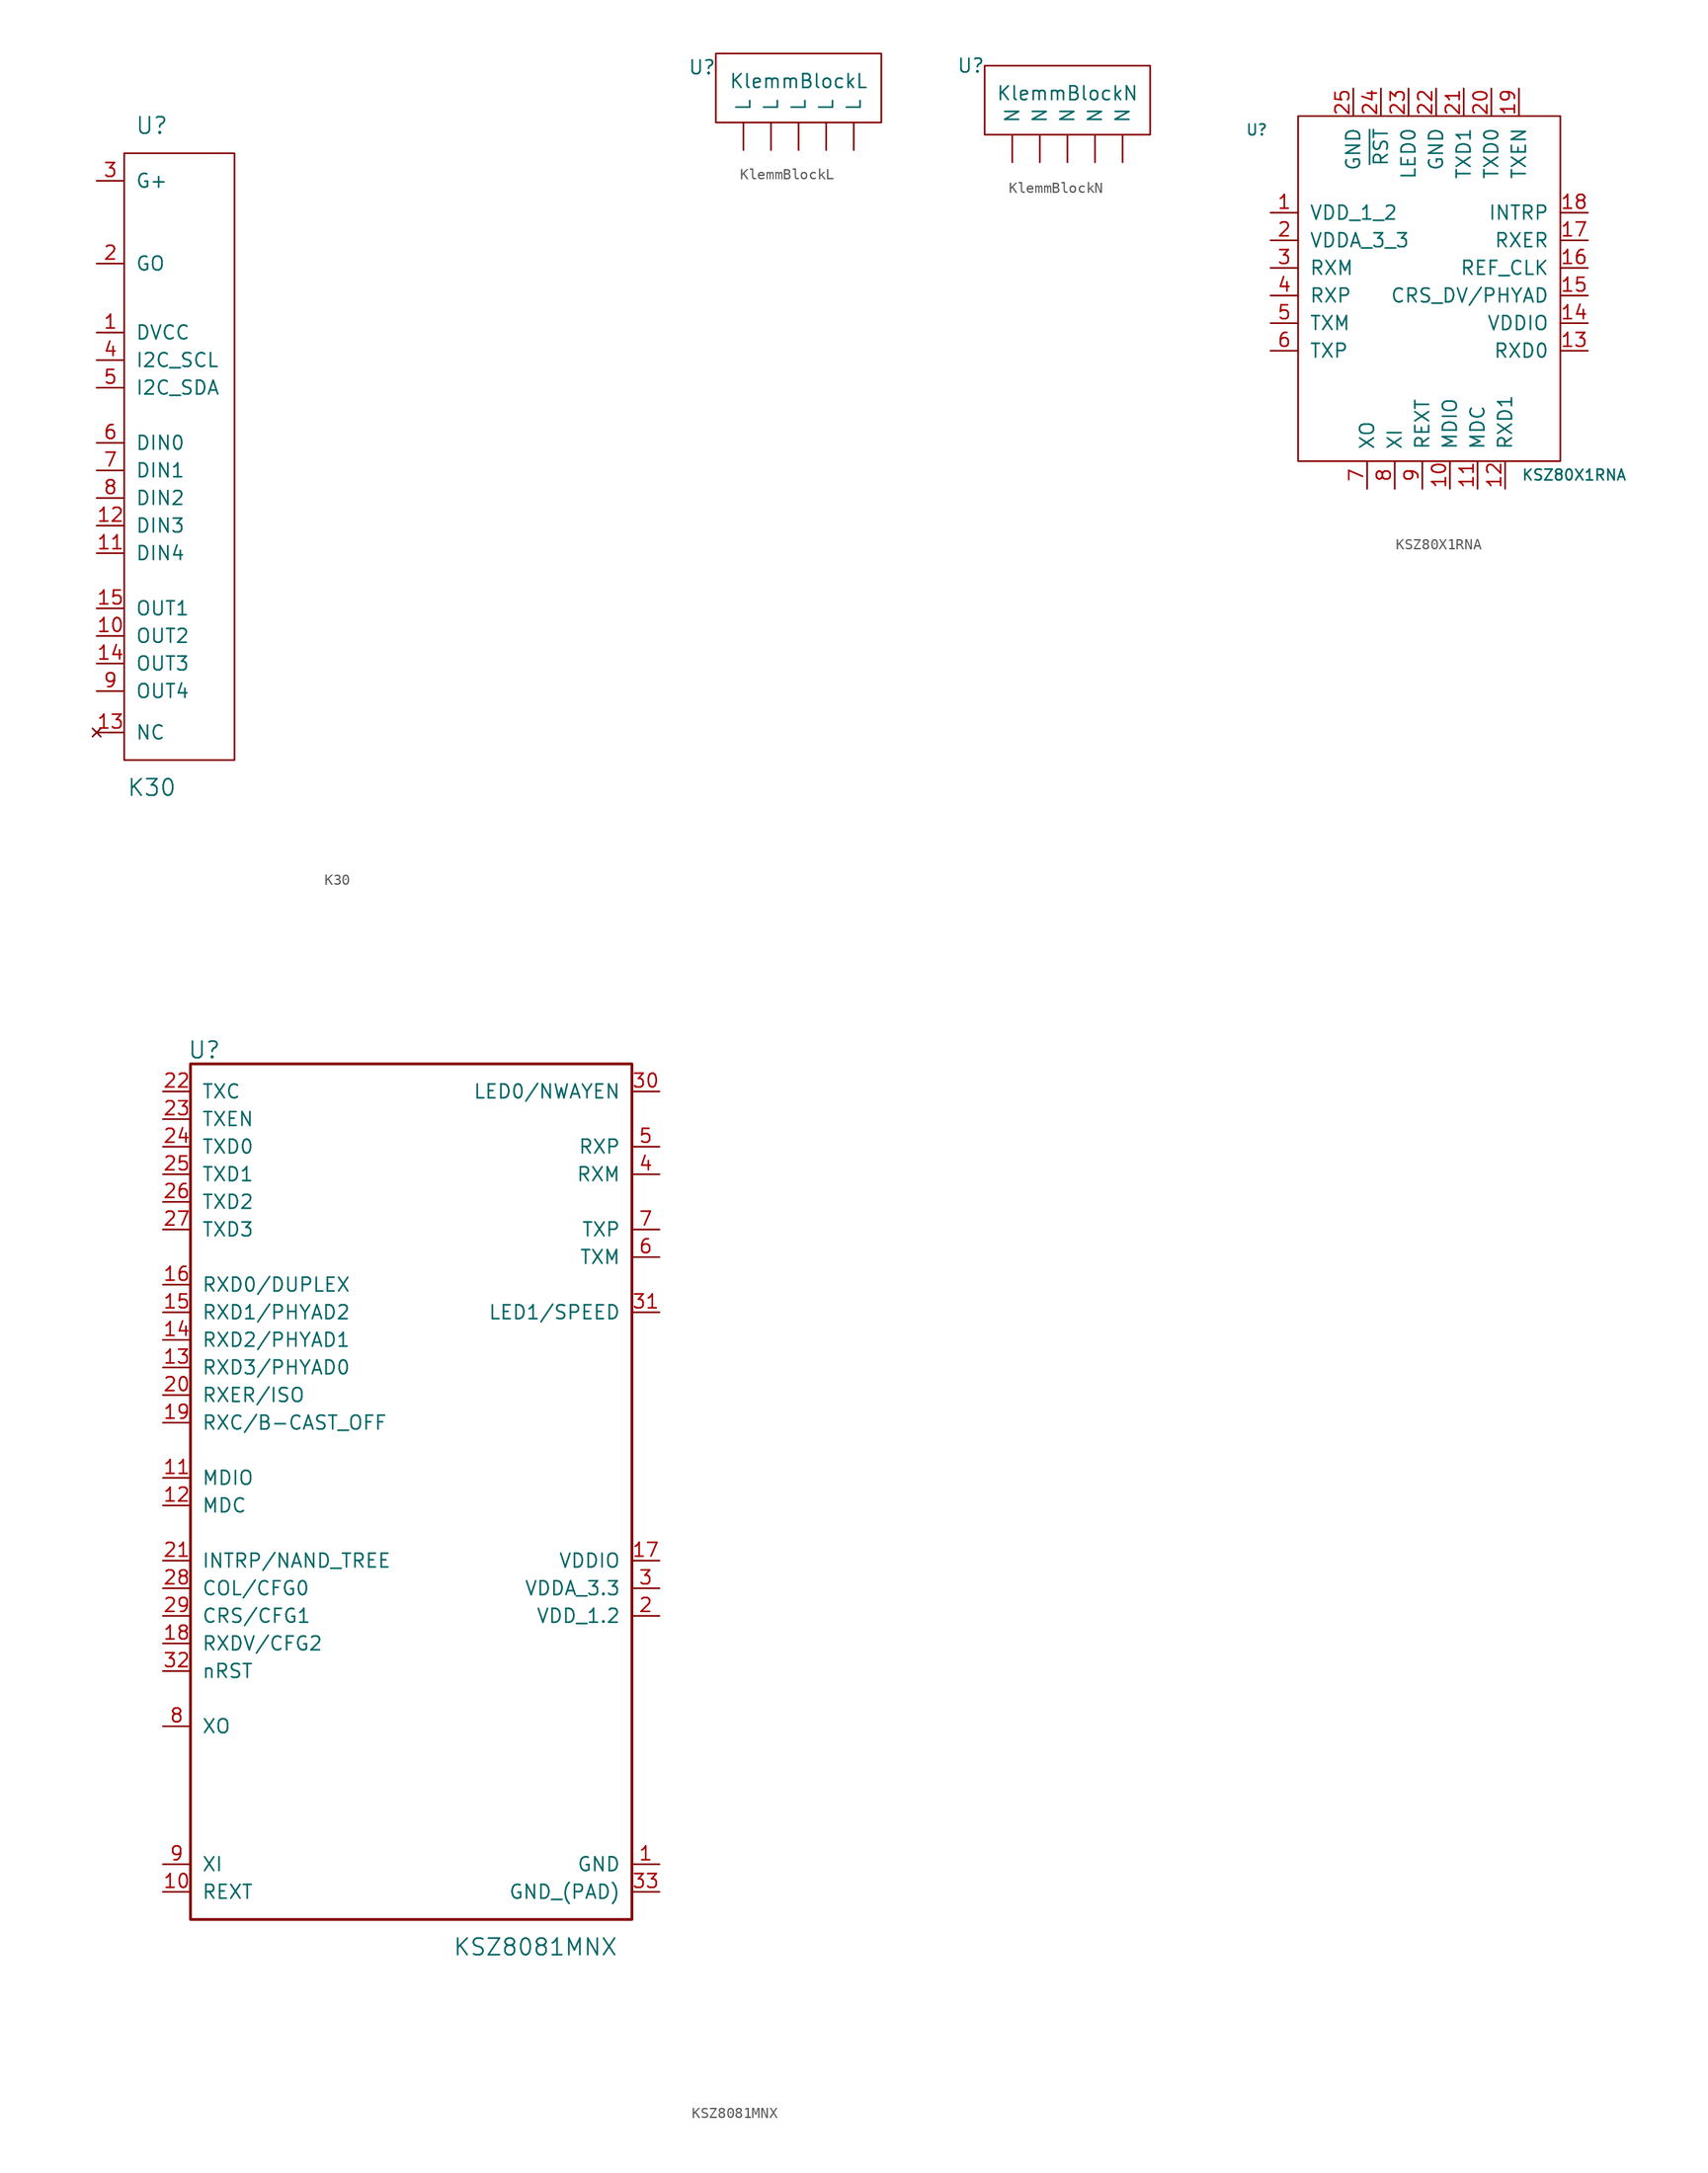
<source format=kicad_sym>
(kicad_symbol_lib
  (version 20211014)
  (generator kicad_symbol_editor)
  (symbol "K30"
    (pin_names
      (offset 1.016))
    (property "Reference" "U"
      (at -5.08 30.48 0)
      (effects (font (size 1.524 1.524))))
    (property "Value" "K30"
      (at -5.08 -30.48 0)
      (effects (font (size 1.524 1.524))))
    (property "Footprint" ""
      (at 34.29 22.86 0)
      (effects (font (size 1.524 1.524))))
    (property "Datasheet" ""
      (at 34.29 22.86 0)
      (effects (font (size 1.524 1.524))))
    (symbol "K30_0_1"
      (rectangle (start -7.62 27.94) (end 2.54 -27.94) (stroke (width 0) (type default) (color 0 0 0 0)) (fill (type none))))
    (symbol "K30_1_1"
      (pin input line (at -10.16 11.43 0) (length 2.54) (name "DVCC" (effects (font (size 1.27 1.27)))) (number "1" (effects (font (size 1.27 1.27)))))
      (pin input line (at -10.16 -16.51 0) (length 2.54) (name "OUT2" (effects (font (size 1.27 1.27)))) (number "10" (effects (font (size 1.27 1.27)))))
      (pin input line (at -10.16 -8.89 0) (length 2.54) (name "DIN4" (effects (font (size 1.27 1.27)))) (number "11" (effects (font (size 1.27 1.27)))))
      (pin input line (at -10.16 -6.35 0) (length 2.54) (name "DIN3" (effects (font (size 1.27 1.27)))) (number "12" (effects (font (size 1.27 1.27)))))
      (pin no_connect line (at -10.16 -25.4 0) (length 2.54) (name "NC" (effects (font (size 1.27 1.27)))) (number "13" (effects (font (size 1.27 1.27)))))
      (pin input line (at -10.16 -19.05 0) (length 2.54) (name "OUT3" (effects (font (size 1.27 1.27)))) (number "14" (effects (font (size 1.27 1.27)))))
      (pin input line (at -10.16 -13.97 0) (length 2.54) (name "OUT1" (effects (font (size 1.27 1.27)))) (number "15" (effects (font (size 1.27 1.27)))))
      (pin input line (at -10.16 17.78 0) (length 2.54) (name "GO" (effects (font (size 1.27 1.27)))) (number "2" (effects (font (size 1.27 1.27)))))
      (pin input line (at -10.16 25.4 0) (length 2.54) (name "G+" (effects (font (size 1.27 1.27)))) (number "3" (effects (font (size 1.27 1.27)))))
      (pin input line (at -10.16 8.89 0) (length 2.54) (name "I2C_SCL" (effects (font (size 1.27 1.27)))) (number "4" (effects (font (size 1.27 1.27)))))
      (pin input line (at -10.16 6.35 0) (length 2.54) (name "I2C_SDA" (effects (font (size 1.27 1.27)))) (number "5" (effects (font (size 1.27 1.27)))))
      (pin input line (at -10.16 1.27 0) (length 2.54) (name "DIN0" (effects (font (size 1.27 1.27)))) (number "6" (effects (font (size 1.27 1.27)))))
      (pin input line (at -10.16 -1.27 0) (length 2.54) (name "DIN1" (effects (font (size 1.27 1.27)))) (number "7" (effects (font (size 1.27 1.27)))))
      (pin input line (at -10.16 -3.81 0) (length 2.54) (name "DIN2" (effects (font (size 1.27 1.27)))) (number "8" (effects (font (size 1.27 1.27)))))
      (pin input line (at -10.16 -21.59 0) (length 2.54) (name "OUT4" (effects (font (size 1.27 1.27)))) (number "9" (effects (font (size 1.27 1.27)))))))
  (symbol "KlemmBlockL"
    (pin_names
      (offset 1.016))
    (property "Reference" "U"
      (at -8.89 5.08 0)
      (effects (font (size 1.27 1.27))))
    (property "Value" "KlemmBlockL"
      (at 0 3.81 0)
      (effects (font (size 1.27 1.27))))
    (symbol "KlemmBlockL_0_0"
      (rectangle (start -7.62 0) (end 7.62 6.35) (stroke (width 0) (type default) (color 0 0 0 0)) (fill (type none))))
    (symbol "KlemmBlockL_1_1"
      (pin output line (at -5.08 -2.54 90) (length 2.54) (name "L" (effects (font (size 1.27 1.27)))) (number "~" (effects (font (size 1.27 1.27)))))
      (pin output line (at -2.54 -2.54 90) (length 2.54) (name "L" (effects (font (size 1.27 1.27)))) (number "~" (effects (font (size 1.27 1.27)))))
      (pin output line (at 0 -2.54 90) (length 2.54) (name "L" (effects (font (size 1.27 1.27)))) (number "~" (effects (font (size 1.27 1.27)))))
      (pin output line (at 2.54 -2.54 90) (length 2.54) (name "L" (effects (font (size 1.27 1.27)))) (number "~" (effects (font (size 1.27 1.27)))))
      (pin output line (at 5.08 -2.54 90) (length 2.54) (name "L" (effects (font (size 1.27 1.27)))) (number "~" (effects (font (size 1.27 1.27)))))))
  (symbol "KlemmBlockN"
    (pin_names
      (offset 1.016))
    (property "Reference" "U"
      (at -8.89 6.35 0)
      (effects (font (size 1.27 1.27))))
    (property "Value" "KlemmBlockN"
      (at 0 3.81 0)
      (effects (font (size 1.27 1.27))))
    (symbol "KlemmBlockN_0_0"
      (rectangle (start -7.62 6.35) (end 7.62 0) (stroke (width 0) (type default) (color 0 0 0 0)) (fill (type none))))
    (symbol "KlemmBlockN_1_1"
      (pin output line (at -5.08 -2.54 90) (length 2.54) (name "N" (effects (font (size 1.27 1.27)))) (number "~" (effects (font (size 1.27 1.27)))))
      (pin output line (at -2.54 -2.54 90) (length 2.54) (name "N" (effects (font (size 1.27 1.27)))) (number "~" (effects (font (size 1.27 1.27)))))
      (pin output line (at 0 -2.54 90) (length 2.54) (name "N" (effects (font (size 1.27 1.27)))) (number "~" (effects (font (size 1.27 1.27)))))
      (pin output line (at 2.54 -2.54 90) (length 2.54) (name "N" (effects (font (size 1.27 1.27)))) (number "~" (effects (font (size 1.27 1.27)))))
      (pin output line (at 5.08 -2.54 90) (length 2.54) (name "N" (effects (font (size 1.27 1.27)))) (number "~" (effects (font (size 1.27 1.27)))))))
  (symbol "KSZ80X1RNA"
    (pin_names
      (offset 1.016))
    (property "Reference" "U"
      (at -16.51 13.97 0)
      (effects (font (size 0.991 0.991))))
    (property "Value" "KSZ80X1RNA"
      (at 12.7 -17.78 0)
      (effects (font (size 0.991 0.991))))
    (symbol "KSZ80X1RNA_0_1"
      (rectangle (start -12.7 15.24) (end 11.43 -16.51) (stroke (width 0) (type default) (color 0 0 0 0)) (fill (type none))))
    (symbol "KSZ80X1RNA_1_1"
      (pin passive line (at -15.24 6.35 0) (length 2.54) (name "VDD_1_2" (effects (font (size 1.27 1.27)))) (number "1" (effects (font (size 1.27 1.27)))))
      (pin passive line (at 1.27 -19.05 90) (length 2.54) (name "MDIO" (effects (font (size 1.27 1.27)))) (number "10" (effects (font (size 1.27 1.27)))))
      (pin passive line (at 3.81 -19.05 90) (length 2.54) (name "MDC" (effects (font (size 1.27 1.27)))) (number "11" (effects (font (size 1.27 1.27)))))
      (pin passive line (at 6.35 -19.05 90) (length 2.54) (name "RXD1" (effects (font (size 1.27 1.27)))) (number "12" (effects (font (size 1.27 1.27)))))
      (pin passive line (at 13.97 -6.35 180) (length 2.54) (name "RXD0" (effects (font (size 1.27 1.27)))) (number "13" (effects (font (size 1.27 1.27)))))
      (pin passive line (at 13.97 -3.81 180) (length 2.54) (name "VDDIO" (effects (font (size 1.27 1.27)))) (number "14" (effects (font (size 1.27 1.27)))))
      (pin passive line (at 13.97 -1.27 180) (length 2.54) (name "CRS_DV/PHYAD" (effects (font (size 1.27 1.27)))) (number "15" (effects (font (size 1.27 1.27)))))
      (pin passive line (at 13.97 1.27 180) (length 2.54) (name "REF_CLK" (effects (font (size 1.27 1.27)))) (number "16" (effects (font (size 1.27 1.27)))))
      (pin passive line (at 13.97 3.81 180) (length 2.54) (name "RXER" (effects (font (size 1.27 1.27)))) (number "17" (effects (font (size 1.27 1.27)))))
      (pin passive line (at 13.97 6.35 180) (length 2.54) (name "INTRP" (effects (font (size 1.27 1.27)))) (number "18" (effects (font (size 1.27 1.27)))))
      (pin passive line (at 7.62 17.78 270) (length 2.54) (name "TXEN" (effects (font (size 1.27 1.27)))) (number "19" (effects (font (size 1.27 1.27)))))
      (pin passive line (at -15.24 3.81 0) (length 2.54) (name "VDDA_3_3" (effects (font (size 1.27 1.27)))) (number "2" (effects (font (size 1.27 1.27)))))
      (pin passive line (at 5.08 17.78 270) (length 2.54) (name "TXD0" (effects (font (size 1.27 1.27)))) (number "20" (effects (font (size 1.27 1.27)))))
      (pin passive line (at 2.54 17.78 270) (length 2.54) (name "TXD1" (effects (font (size 1.27 1.27)))) (number "21" (effects (font (size 1.27 1.27)))))
      (pin passive line (at 0 17.78 270) (length 2.54) (name "GND" (effects (font (size 1.27 1.27)))) (number "22" (effects (font (size 1.27 1.27)))))
      (pin passive line (at -2.54 17.78 270) (length 2.54) (name "LED0" (effects (font (size 1.27 1.27)))) (number "23" (effects (font (size 1.27 1.27)))))
      (pin passive line (at -5.08 17.78 270) (length 2.54) (name "~{RST}" (effects (font (size 1.27 1.27)))) (number "24" (effects (font (size 1.27 1.27)))))
      (pin passive line (at -7.62 17.78 270) (length 2.54) (name "GND" (effects (font (size 1.27 1.27)))) (number "25" (effects (font (size 1.27 1.27)))))
      (pin passive line (at -15.24 1.27 0) (length 2.54) (name "RXM" (effects (font (size 1.27 1.27)))) (number "3" (effects (font (size 1.27 1.27)))))
      (pin passive line (at -15.24 -1.27 0) (length 2.54) (name "RXP" (effects (font (size 1.27 1.27)))) (number "4" (effects (font (size 1.27 1.27)))))
      (pin passive line (at -15.24 -3.81 0) (length 2.54) (name "TXM" (effects (font (size 1.27 1.27)))) (number "5" (effects (font (size 1.27 1.27)))))
      (pin passive line (at -15.24 -6.35 0) (length 2.54) (name "TXP" (effects (font (size 1.27 1.27)))) (number "6" (effects (font (size 1.27 1.27)))))
      (pin passive line (at -6.35 -19.05 90) (length 2.54) (name "XO" (effects (font (size 1.27 1.27)))) (number "7" (effects (font (size 1.27 1.27)))))
      (pin passive line (at -3.81 -19.05 90) (length 2.54) (name "XI" (effects (font (size 1.27 1.27)))) (number "8" (effects (font (size 1.27 1.27)))))
      (pin passive line (at -1.27 -19.05 90) (length 2.54) (name "REXT" (effects (font (size 1.27 1.27)))) (number "9" (effects (font (size 1.27 1.27)))))))
  (symbol "KSZ8081MNX"
    (pin_names
      (offset 1.016))
    (property "Reference" "U"
      (at -19.05 40.64 0)
      (effects (font (size 1.524 1.524))))
    (property "Value" "KSZ8081MNX"
      (at 11.43 -41.91 0)
      (effects (font (size 1.524 1.524))))
    (property "Footprint" ""
      (at 82.55 -46.99 0)
      (effects (font (size 1.524 1.524))))
    (property "Datasheet" ""
      (at 82.55 -46.99 0)
      (effects (font (size 1.524 1.524))))
    (symbol "KSZ8081MNX_0_1"
      (rectangle (start -20.32 39.37) (end 20.32 -39.37) (stroke (width 0.254) (type default) (color 0 0 0 0)) (fill (type none))))
    (symbol "KSZ8081MNX_1_1"
      (pin passive line (at 22.86 -34.29 180) (length 2.54) (name "GND" (effects (font (size 1.27 1.27)))) (number "1" (effects (font (size 1.27 1.27)))))
      (pin passive line (at -22.86 -36.83 0) (length 2.54) (name "REXT" (effects (font (size 1.27 1.27)))) (number "10" (effects (font (size 1.27 1.27)))))
      (pin passive line (at -22.86 1.27 0) (length 2.54) (name "MDIO" (effects (font (size 1.27 1.27)))) (number "11" (effects (font (size 1.27 1.27)))))
      (pin passive line (at -22.86 -1.27 0) (length 2.54) (name "MDC" (effects (font (size 1.27 1.27)))) (number "12" (effects (font (size 1.27 1.27)))))
      (pin passive line (at -22.86 11.43 0) (length 2.54) (name "RXD3/PHYAD0" (effects (font (size 1.27 1.27)))) (number "13" (effects (font (size 1.27 1.27)))))
      (pin passive line (at -22.86 13.97 0) (length 2.54) (name "RXD2/PHYAD1" (effects (font (size 1.27 1.27)))) (number "14" (effects (font (size 1.27 1.27)))))
      (pin passive line (at -22.86 16.51 0) (length 2.54) (name "RXD1/PHYAD2" (effects (font (size 1.27 1.27)))) (number "15" (effects (font (size 1.27 1.27)))))
      (pin passive line (at -22.86 19.05 0) (length 2.54) (name "RXD0/DUPLEX" (effects (font (size 1.27 1.27)))) (number "16" (effects (font (size 1.27 1.27)))))
      (pin passive line (at 22.86 -6.35 180) (length 2.54) (name "VDDIO" (effects (font (size 1.27 1.27)))) (number "17" (effects (font (size 1.27 1.27)))))
      (pin passive line (at -22.86 -13.97 0) (length 2.54) (name "RXDV/CFG2" (effects (font (size 1.27 1.27)))) (number "18" (effects (font (size 1.27 1.27)))))
      (pin passive line (at -22.86 6.35 0) (length 2.54) (name "RXC/B-CAST_OFF" (effects (font (size 1.27 1.27)))) (number "19" (effects (font (size 1.27 1.27)))))
      (pin passive line (at 22.86 -11.43 180) (length 2.54) (name "VDD_1.2" (effects (font (size 1.27 1.27)))) (number "2" (effects (font (size 1.27 1.27)))))
      (pin passive line (at -22.86 8.89 0) (length 2.54) (name "RXER/ISO" (effects (font (size 1.27 1.27)))) (number "20" (effects (font (size 1.27 1.27)))))
      (pin passive line (at -22.86 -6.35 0) (length 2.54) (name "INTRP/NAND_TREE" (effects (font (size 1.27 1.27)))) (number "21" (effects (font (size 1.27 1.27)))))
      (pin passive line (at -22.86 36.83 0) (length 2.54) (name "TXC" (effects (font (size 1.27 1.27)))) (number "22" (effects (font (size 1.27 1.27)))))
      (pin passive line (at -22.86 34.29 0) (length 2.54) (name "TXEN" (effects (font (size 1.27 1.27)))) (number "23" (effects (font (size 1.27 1.27)))))
      (pin passive line (at -22.86 31.75 0) (length 2.54) (name "TXD0" (effects (font (size 1.27 1.27)))) (number "24" (effects (font (size 1.27 1.27)))))
      (pin passive line (at -22.86 29.21 0) (length 2.54) (name "TXD1" (effects (font (size 1.27 1.27)))) (number "25" (effects (font (size 1.27 1.27)))))
      (pin passive line (at -22.86 26.67 0) (length 2.54) (name "TXD2" (effects (font (size 1.27 1.27)))) (number "26" (effects (font (size 1.27 1.27)))))
      (pin passive line (at -22.86 24.13 0) (length 2.54) (name "TXD3" (effects (font (size 1.27 1.27)))) (number "27" (effects (font (size 1.27 1.27)))))
      (pin passive line (at -22.86 -8.89 0) (length 2.54) (name "COL/CFG0" (effects (font (size 1.27 1.27)))) (number "28" (effects (font (size 1.27 1.27)))))
      (pin passive line (at -22.86 -11.43 0) (length 2.54) (name "CRS/CFG1" (effects (font (size 1.27 1.27)))) (number "29" (effects (font (size 1.27 1.27)))))
      (pin passive line (at 22.86 -8.89 180) (length 2.54) (name "VDDA_3.3" (effects (font (size 1.27 1.27)))) (number "3" (effects (font (size 1.27 1.27)))))
      (pin passive line (at 22.86 36.83 180) (length 2.54) (name "LED0/NWAYEN" (effects (font (size 1.27 1.27)))) (number "30" (effects (font (size 1.27 1.27)))))
      (pin passive line (at 22.86 16.51 180) (length 2.54) (name "LED1/SPEED" (effects (font (size 1.27 1.27)))) (number "31" (effects (font (size 1.27 1.27)))))
      (pin passive line (at -22.86 -16.51 0) (length 2.54) (name "nRST" (effects (font (size 1.27 1.27)))) (number "32" (effects (font (size 1.27 1.27)))))
      (pin passive line (at 22.86 -36.83 180) (length 2.54) (name "GND_(PAD)" (effects (font (size 1.27 1.27)))) (number "33" (effects (font (size 1.27 1.27)))))
      (pin passive line (at 22.86 29.21 180) (length 2.54) (name "RXM" (effects (font (size 1.27 1.27)))) (number "4" (effects (font (size 1.27 1.27)))))
      (pin passive line (at 22.86 31.75 180) (length 2.54) (name "RXP" (effects (font (size 1.27 1.27)))) (number "5" (effects (font (size 1.27 1.27)))))
      (pin passive line (at 22.86 21.59 180) (length 2.54) (name "TXM" (effects (font (size 1.27 1.27)))) (number "6" (effects (font (size 1.27 1.27)))))
      (pin passive line (at 22.86 24.13 180) (length 2.54) (name "TXP" (effects (font (size 1.27 1.27)))) (number "7" (effects (font (size 1.27 1.27)))))
      (pin passive line (at -22.86 -21.59 0) (length 2.54) (name "XO" (effects (font (size 1.27 1.27)))) (number "8" (effects (font (size 1.27 1.27)))))
      (pin passive line (at -22.86 -34.29 0) (length 2.54) (name "XI" (effects (font (size 1.27 1.27)))) (number "9" (effects (font (size 1.27 1.27))))))))
</source>
